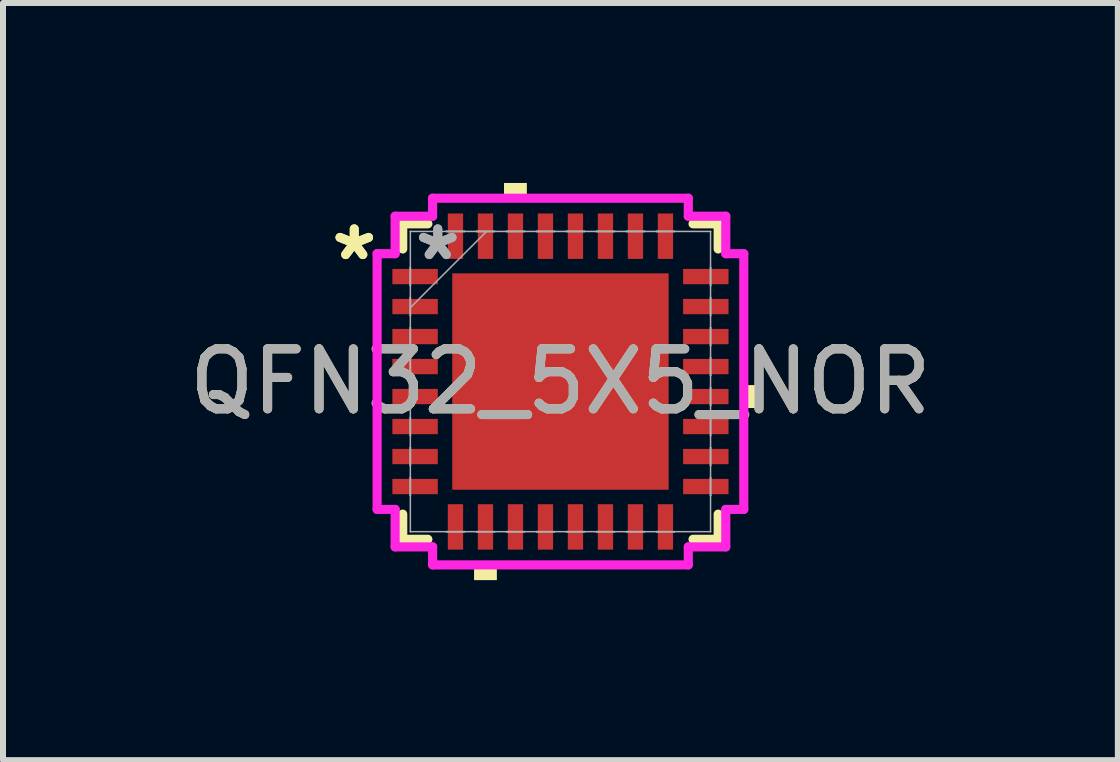
<source format=kicad_pcb>
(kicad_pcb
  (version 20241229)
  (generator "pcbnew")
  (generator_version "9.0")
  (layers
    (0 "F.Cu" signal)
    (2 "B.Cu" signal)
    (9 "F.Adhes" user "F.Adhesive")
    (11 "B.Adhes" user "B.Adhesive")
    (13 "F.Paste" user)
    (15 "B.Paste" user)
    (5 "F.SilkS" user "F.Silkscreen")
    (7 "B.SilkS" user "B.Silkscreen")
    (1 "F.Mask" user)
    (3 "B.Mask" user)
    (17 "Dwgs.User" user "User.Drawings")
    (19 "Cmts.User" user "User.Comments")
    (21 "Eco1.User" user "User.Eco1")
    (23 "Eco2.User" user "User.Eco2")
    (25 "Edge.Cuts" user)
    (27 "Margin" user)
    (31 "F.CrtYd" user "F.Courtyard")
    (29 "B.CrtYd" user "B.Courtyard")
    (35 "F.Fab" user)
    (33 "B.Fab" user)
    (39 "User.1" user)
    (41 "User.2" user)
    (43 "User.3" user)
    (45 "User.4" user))
  (footprint "QFN32_5X5_NOR"
    (layer "F.Cu")
    (at 6.292 3.31)
    (property "Reference" "QFN32_5X5_NOR" (at 0 0 0) (unlocked yes) (layer "F.SilkS") (effects (font (size 1 1) (thickness 0.15))))
    (attr smd)
    (fp_line (start -2.629 -2.629) (end -2.629 -2.21) (stroke (width 0.152) (type solid)) (layer "F.SilkS"))
    (fp_line (start -2.629 2.21) (end -2.629 2.629) (stroke (width 0.152) (type solid)) (layer "F.SilkS"))
    (fp_line (start -2.629 2.629) (end -2.21 2.629) (stroke (width 0.152) (type solid)) (layer "F.SilkS"))
    (fp_line (start -2.21 -2.629) (end -2.629 -2.629) (stroke (width 0.152) (type solid)) (layer "F.SilkS"))
    (fp_line (start 2.21 2.629) (end 2.629 2.629) (stroke (width 0.152) (type solid)) (layer "F.SilkS"))
    (fp_line (start 2.629 -2.629) (end 2.21 -2.629) (stroke (width 0.152) (type solid)) (layer "F.SilkS"))
    (fp_line (start 2.629 -2.21) (end 2.629 -2.629) (stroke (width 0.152) (type solid)) (layer "F.SilkS"))
    (fp_line (start 2.629 2.629) (end 2.629 2.21) (stroke (width 0.152) (type solid)) (layer "F.SilkS"))
    (fp_poly (pts (xy -1.44 3.056) (xy -1.44 3.31) (xy -1.06 3.31) (xy -1.06 3.056)) (stroke (width 0) (type solid)) (fill yes) (layer "F.SilkS"))
    (fp_poly (pts (xy -0.941 -3.056) (xy -0.941 -3.31) (xy -0.56 -3.31) (xy -0.56 -3.056)) (stroke (width 0) (type solid)) (fill yes) (layer "F.SilkS"))
    (fp_poly (pts (xy 3.31 0.059) (xy 3.31 0.441) (xy 3.056 0.441) (xy 3.056 0.059)) (stroke (width 0) (type solid)) (fill yes) (layer "F.SilkS"))
    (fp_poly (pts (xy -1.703 -1.703) (xy -1.703 -0.1) (xy -0.1 -0.1) (xy -0.1 -1.703)) (stroke (width 0) (type solid)) (fill yes) (layer "F.Paste"))
    (fp_poly (pts (xy -1.703 0.1) (xy -1.703 1.703) (xy -0.1 1.703) (xy -0.1 0.1)) (stroke (width 0) (type solid)) (fill yes) (layer "F.Paste"))
    (fp_poly (pts (xy 0.1 -1.703) (xy 0.1 -0.1) (xy 1.703 -0.1) (xy 1.703 -1.703)) (stroke (width 0) (type solid)) (fill yes) (layer "F.Paste"))
    (fp_poly (pts (xy 0.1 0.1) (xy 0.1 1.703) (xy 1.703 1.703) (xy 1.703 0.1)) (stroke (width 0) (type solid)) (fill yes) (layer "F.Paste"))
    (fp_line (start -3.056 -2.131) (end -2.756 -2.131) (stroke (width 0.152) (type solid)) (layer "F.CrtYd"))
    (fp_line (start -3.056 2.131) (end -3.056 -2.131) (stroke (width 0.152) (type solid)) (layer "F.CrtYd"))
    (fp_line (start -2.756 -2.756) (end -2.131 -2.756) (stroke (width 0.152) (type solid)) (layer "F.CrtYd"))
    (fp_line (start -2.756 -2.131) (end -2.756 -2.756) (stroke (width 0.152) (type solid)) (layer "F.CrtYd"))
    (fp_line (start -2.756 2.131) (end -3.056 2.131) (stroke (width 0.152) (type solid)) (layer "F.CrtYd"))
    (fp_line (start -2.756 2.756) (end -2.756 2.131) (stroke (width 0.152) (type solid)) (layer "F.CrtYd"))
    (fp_line (start -2.131 -3.056) (end 2.131 -3.056) (stroke (width 0.152) (type solid)) (layer "F.CrtYd"))
    (fp_line (start -2.131 -2.756) (end -2.131 -3.056) (stroke (width 0.152) (type solid)) (layer "F.CrtYd"))
    (fp_line (start -2.131 2.756) (end -2.756 2.756) (stroke (width 0.152) (type solid)) (layer "F.CrtYd"))
    (fp_line (start -2.131 3.056) (end -2.131 2.756) (stroke (width 0.152) (type solid)) (layer "F.CrtYd"))
    (fp_line (start 2.131 -3.056) (end 2.131 -2.756) (stroke (width 0.152) (type solid)) (layer "F.CrtYd"))
    (fp_line (start 2.131 -2.756) (end 2.756 -2.756) (stroke (width 0.152) (type solid)) (layer "F.CrtYd"))
    (fp_line (start 2.131 2.756) (end 2.131 3.056) (stroke (width 0.152) (type solid)) (layer "F.CrtYd"))
    (fp_line (start 2.131 3.056) (end -2.131 3.056) (stroke (width 0.152) (type solid)) (layer "F.CrtYd"))
    (fp_line (start 2.756 -2.756) (end 2.756 -2.131) (stroke (width 0.152) (type solid)) (layer "F.CrtYd"))
    (fp_line (start 2.756 -2.131) (end 3.056 -2.131) (stroke (width 0.152) (type solid)) (layer "F.CrtYd"))
    (fp_line (start 2.756 2.131) (end 2.756 2.756) (stroke (width 0.152) (type solid)) (layer "F.CrtYd"))
    (fp_line (start 2.756 2.756) (end 2.131 2.756) (stroke (width 0.152) (type solid)) (layer "F.CrtYd"))
    (fp_line (start 3.056 -2.131) (end 3.056 2.131) (stroke (width 0.152) (type solid)) (layer "F.CrtYd"))
    (fp_line (start 3.056 2.131) (end 2.756 2.131) (stroke (width 0.152) (type solid)) (layer "F.CrtYd"))
    (fp_line (start -2.502 -2.502) (end -2.502 -2.502) (stroke (width 0.025) (type solid)) (layer "F.Fab"))
    (fp_line (start -2.502 -2.502) (end -2.502 2.502) (stroke (width 0.025) (type solid)) (layer "F.Fab"))
    (fp_line (start -2.502 -1.902) (end -2.502 -1.902) (stroke (width 0.025) (type solid)) (layer "F.Fab"))
    (fp_line (start -2.502 -1.902) (end -2.502 -1.598) (stroke (width 0.025) (type solid)) (layer "F.Fab"))
    (fp_line (start -2.502 -1.598) (end -2.502 -1.902) (stroke (width 0.025) (type solid)) (layer "F.Fab"))
    (fp_line (start -2.502 -1.598) (end -2.502 -1.598) (stroke (width 0.025) (type solid)) (layer "F.Fab"))
    (fp_line (start -2.502 -1.402) (end -2.502 -1.402) (stroke (width 0.025) (type solid)) (layer "F.Fab"))
    (fp_line (start -2.502 -1.402) (end -2.502 -1.098) (stroke (width 0.025) (type solid)) (layer "F.Fab"))
    (fp_line (start -2.502 -1.232) (end -1.232 -2.502) (stroke (width 0.025) (type solid)) (layer "F.Fab"))
    (fp_line (start -2.502 -1.098) (end -2.502 -1.402) (stroke (width 0.025) (type solid)) (layer "F.Fab"))
    (fp_line (start -2.502 -1.098) (end -2.502 -1.098) (stroke (width 0.025) (type solid)) (layer "F.Fab"))
    (fp_line (start -2.502 -0.902) (end -2.502 -0.902) (stroke (width 0.025) (type solid)) (layer "F.Fab"))
    (fp_line (start -2.502 -0.902) (end -2.502 -0.598) (stroke (width 0.025) (type solid)) (layer "F.Fab"))
    (fp_line (start -2.502 -0.598) (end -2.502 -0.902) (stroke (width 0.025) (type solid)) (layer "F.Fab"))
    (fp_line (start -2.502 -0.598) (end -2.502 -0.598) (stroke (width 0.025) (type solid)) (layer "F.Fab"))
    (fp_line (start -2.502 -0.402) (end -2.502 -0.402) (stroke (width 0.025) (type solid)) (layer "F.Fab"))
    (fp_line (start -2.502 -0.402) (end -2.502 -0.098) (stroke (width 0.025) (type solid)) (layer "F.Fab"))
    (fp_line (start -2.502 -0.098) (end -2.502 -0.402) (stroke (width 0.025) (type solid)) (layer "F.Fab"))
    (fp_line (start -2.502 -0.098) (end -2.502 -0.098) (stroke (width 0.025) (type solid)) (layer "F.Fab"))
    (fp_line (start -2.502 0.098) (end -2.502 0.098) (stroke (width 0.025) (type solid)) (layer "F.Fab"))
    (fp_line (start -2.502 0.098) (end -2.502 0.402) (stroke (width 0.025) (type solid)) (layer "F.Fab"))
    (fp_line (start -2.502 0.402) (end -2.502 0.098) (stroke (width 0.025) (type solid)) (layer "F.Fab"))
    (fp_line (start -2.502 0.402) (end -2.502 0.402) (stroke (width 0.025) (type solid)) (layer "F.Fab"))
    (fp_line (start -2.502 0.598) (end -2.502 0.598) (stroke (width 0.025) (type solid)) (layer "F.Fab"))
    (fp_line (start -2.502 0.598) (end -2.502 0.902) (stroke (width 0.025) (type solid)) (layer "F.Fab"))
    (fp_line (start -2.502 0.902) (end -2.502 0.598) (stroke (width 0.025) (type solid)) (layer "F.Fab"))
    (fp_line (start -2.502 0.902) (end -2.502 0.902) (stroke (width 0.025) (type solid)) (layer "F.Fab"))
    (fp_line (start -2.502 1.098) (end -2.502 1.098) (stroke (width 0.025) (type solid)) (layer "F.Fab"))
    (fp_line (start -2.502 1.098) (end -2.502 1.402) (stroke (width 0.025) (type solid)) (layer "F.Fab"))
    (fp_line (start -2.502 1.402) (end -2.502 1.098) (stroke (width 0.025) (type solid)) (layer "F.Fab"))
    (fp_line (start -2.502 1.402) (end -2.502 1.402) (stroke (width 0.025) (type solid)) (layer "F.Fab"))
    (fp_line (start -2.502 1.598) (end -2.502 1.598) (stroke (width 0.025) (type solid)) (layer "F.Fab"))
    (fp_line (start -2.502 1.598) (end -2.502 1.902) (stroke (width 0.025) (type solid)) (layer "F.Fab"))
    (fp_line (start -2.502 1.902) (end -2.502 1.598) (stroke (width 0.025) (type solid)) (layer "F.Fab"))
    (fp_line (start -2.502 1.902) (end -2.502 1.902) (stroke (width 0.025) (type solid)) (layer "F.Fab"))
    (fp_line (start -2.502 2.502) (end -2.502 2.502) (stroke (width 0.025) (type solid)) (layer "F.Fab"))
    (fp_line (start -2.502 2.502) (end 2.502 2.502) (stroke (width 0.025) (type solid)) (layer "F.Fab"))
    (fp_line (start -1.902 -2.502) (end -1.902 -2.502) (stroke (width 0.025) (type solid)) (layer "F.Fab"))
    (fp_line (start -1.902 -2.502) (end -1.598 -2.502) (stroke (width 0.025) (type solid)) (layer "F.Fab"))
    (fp_line (start -1.902 2.502) (end -1.902 2.502) (stroke (width 0.025) (type solid)) (layer "F.Fab"))
    (fp_line (start -1.902 2.502) (end -1.598 2.502) (stroke (width 0.025) (type solid)) (layer "F.Fab"))
    (fp_line (start -1.598 -2.502) (end -1.902 -2.502) (stroke (width 0.025) (type solid)) (layer "F.Fab"))
    (fp_line (start -1.598 -2.502) (end -1.598 -2.502) (stroke (width 0.025) (type solid)) (layer "F.Fab"))
    (fp_line (start -1.598 2.502) (end -1.902 2.502) (stroke (width 0.025) (type solid)) (layer "F.Fab"))
    (fp_line (start -1.598 2.502) (end -1.598 2.502) (stroke (width 0.025) (type solid)) (layer "F.Fab"))
    (fp_line (start -1.402 -2.502) (end -1.402 -2.502) (stroke (width 0.025) (type solid)) (layer "F.Fab"))
    (fp_line (start -1.402 -2.502) (end -1.098 -2.502) (stroke (width 0.025) (type solid)) (layer "F.Fab"))
    (fp_line (start -1.402 2.502) (end -1.402 2.502) (stroke (width 0.025) (type solid)) (layer "F.Fab"))
    (fp_line (start -1.402 2.502) (end -1.098 2.502) (stroke (width 0.025) (type solid)) (layer "F.Fab"))
    (fp_line (start -1.098 -2.502) (end -1.402 -2.502) (stroke (width 0.025) (type solid)) (layer "F.Fab"))
    (fp_line (start -1.098 -2.502) (end -1.098 -2.502) (stroke (width 0.025) (type solid)) (layer "F.Fab"))
    (fp_line (start -1.098 2.502) (end -1.402 2.502) (stroke (width 0.025) (type solid)) (layer "F.Fab"))
    (fp_line (start -1.098 2.502) (end -1.098 2.502) (stroke (width 0.025) (type solid)) (layer "F.Fab"))
    (fp_line (start -0.902 -2.502) (end -0.902 -2.502) (stroke (width 0.025) (type solid)) (layer "F.Fab"))
    (fp_line (start -0.902 -2.502) (end -0.598 -2.502) (stroke (width 0.025) (type solid)) (layer "F.Fab"))
    (fp_line (start -0.902 2.502) (end -0.902 2.502) (stroke (width 0.025) (type solid)) (layer "F.Fab"))
    (fp_line (start -0.902 2.502) (end -0.598 2.502) (stroke (width 0.025) (type solid)) (layer "F.Fab"))
    (fp_line (start -0.598 -2.502) (end -0.902 -2.502) (stroke (width 0.025) (type solid)) (layer "F.Fab"))
    (fp_line (start -0.598 -2.502) (end -0.598 -2.502) (stroke (width 0.025) (type solid)) (layer "F.Fab"))
    (fp_line (start -0.598 2.502) (end -0.902 2.502) (stroke (width 0.025) (type solid)) (layer "F.Fab"))
    (fp_line (start -0.598 2.502) (end -0.598 2.502) (stroke (width 0.025) (type solid)) (layer "F.Fab"))
    (fp_line (start -0.402 -2.502) (end -0.402 -2.502) (stroke (width 0.025) (type solid)) (layer "F.Fab"))
    (fp_line (start -0.402 -2.502) (end -0.098 -2.502) (stroke (width 0.025) (type solid)) (layer "F.Fab"))
    (fp_line (start -0.402 2.502) (end -0.402 2.502) (stroke (width 0.025) (type solid)) (layer "F.Fab"))
    (fp_line (start -0.402 2.502) (end -0.098 2.502) (stroke (width 0.025) (type solid)) (layer "F.Fab"))
    (fp_line (start -0.098 -2.502) (end -0.402 -2.502) (stroke (width 0.025) (type solid)) (layer "F.Fab"))
    (fp_line (start -0.098 -2.502) (end -0.098 -2.502) (stroke (width 0.025) (type solid)) (layer "F.Fab"))
    (fp_line (start -0.098 2.502) (end -0.402 2.502) (stroke (width 0.025) (type solid)) (layer "F.Fab"))
    (fp_line (start -0.098 2.502) (end -0.098 2.502) (stroke (width 0.025) (type solid)) (layer "F.Fab"))
    (fp_line (start 0.098 -2.502) (end 0.098 -2.502) (stroke (width 0.025) (type solid)) (layer "F.Fab"))
    (fp_line (start 0.098 -2.502) (end 0.402 -2.502) (stroke (width 0.025) (type solid)) (layer "F.Fab"))
    (fp_line (start 0.098 2.502) (end 0.098 2.502) (stroke (width 0.025) (type solid)) (layer "F.Fab"))
    (fp_line (start 0.098 2.502) (end 0.402 2.502) (stroke (width 0.025) (type solid)) (layer "F.Fab"))
    (fp_line (start 0.402 -2.502) (end 0.098 -2.502) (stroke (width 0.025) (type solid)) (layer "F.Fab"))
    (fp_line (start 0.402 -2.502) (end 0.402 -2.502) (stroke (width 0.025) (type solid)) (layer "F.Fab"))
    (fp_line (start 0.402 2.502) (end 0.098 2.502) (stroke (width 0.025) (type solid)) (layer "F.Fab"))
    (fp_line (start 0.402 2.502) (end 0.402 2.502) (stroke (width 0.025) (type solid)) (layer "F.Fab"))
    (fp_line (start 0.598 -2.502) (end 0.598 -2.502) (stroke (width 0.025) (type solid)) (layer "F.Fab"))
    (fp_line (start 0.598 -2.502) (end 0.902 -2.502) (stroke (width 0.025) (type solid)) (layer "F.Fab"))
    (fp_line (start 0.598 2.502) (end 0.598 2.502) (stroke (width 0.025) (type solid)) (layer "F.Fab"))
    (fp_line (start 0.598 2.502) (end 0.902 2.502) (stroke (width 0.025) (type solid)) (layer "F.Fab"))
    (fp_line (start 0.902 -2.502) (end 0.598 -2.502) (stroke (width 0.025) (type solid)) (layer "F.Fab"))
    (fp_line (start 0.902 -2.502) (end 0.902 -2.502) (stroke (width 0.025) (type solid)) (layer "F.Fab"))
    (fp_line (start 0.902 2.502) (end 0.598 2.502) (stroke (width 0.025) (type solid)) (layer "F.Fab"))
    (fp_line (start 0.902 2.502) (end 0.902 2.502) (stroke (width 0.025) (type solid)) (layer "F.Fab"))
    (fp_line (start 1.098 -2.502) (end 1.098 -2.502) (stroke (width 0.025) (type solid)) (layer "F.Fab"))
    (fp_line (start 1.098 -2.502) (end 1.402 -2.502) (stroke (width 0.025) (type solid)) (layer "F.Fab"))
    (fp_line (start 1.098 2.502) (end 1.098 2.502) (stroke (width 0.025) (type solid)) (layer "F.Fab"))
    (fp_line (start 1.098 2.502) (end 1.402 2.502) (stroke (width 0.025) (type solid)) (layer "F.Fab"))
    (fp_line (start 1.402 -2.502) (end 1.098 -2.502) (stroke (width 0.025) (type solid)) (layer "F.Fab"))
    (fp_line (start 1.402 -2.502) (end 1.402 -2.502) (stroke (width 0.025) (type solid)) (layer "F.Fab"))
    (fp_line (start 1.402 2.502) (end 1.098 2.502) (stroke (width 0.025) (type solid)) (layer "F.Fab"))
    (fp_line (start 1.402 2.502) (end 1.402 2.502) (stroke (width 0.025) (type solid)) (layer "F.Fab"))
    (fp_line (start 1.598 -2.502) (end 1.598 -2.502) (stroke (width 0.025) (type solid)) (layer "F.Fab"))
    (fp_line (start 1.598 -2.502) (end 1.902 -2.502) (stroke (width 0.025) (type solid)) (layer "F.Fab"))
    (fp_line (start 1.598 2.502) (end 1.598 2.502) (stroke (width 0.025) (type solid)) (layer "F.Fab"))
    (fp_line (start 1.598 2.502) (end 1.902 2.502) (stroke (width 0.025) (type solid)) (layer "F.Fab"))
    (fp_line (start 1.902 -2.502) (end 1.598 -2.502) (stroke (width 0.025) (type solid)) (layer "F.Fab"))
    (fp_line (start 1.902 -2.502) (end 1.902 -2.502) (stroke (width 0.025) (type solid)) (layer "F.Fab"))
    (fp_line (start 1.902 2.502) (end 1.598 2.502) (stroke (width 0.025) (type solid)) (layer "F.Fab"))
    (fp_line (start 1.902 2.502) (end 1.902 2.502) (stroke (width 0.025) (type solid)) (layer "F.Fab"))
    (fp_line (start 2.502 -2.502) (end -2.502 -2.502) (stroke (width 0.025) (type solid)) (layer "F.Fab"))
    (fp_line (start 2.502 -2.502) (end 2.502 -2.502) (stroke (width 0.025) (type solid)) (layer "F.Fab"))
    (fp_line (start 2.502 -1.902) (end 2.502 -1.902) (stroke (width 0.025) (type solid)) (layer "F.Fab"))
    (fp_line (start 2.502 -1.902) (end 2.502 -1.598) (stroke (width 0.025) (type solid)) (layer "F.Fab"))
    (fp_line (start 2.502 -1.598) (end 2.502 -1.902) (stroke (width 0.025) (type solid)) (layer "F.Fab"))
    (fp_line (start 2.502 -1.598) (end 2.502 -1.598) (stroke (width 0.025) (type solid)) (layer "F.Fab"))
    (fp_line (start 2.502 -1.402) (end 2.502 -1.402) (stroke (width 0.025) (type solid)) (layer "F.Fab"))
    (fp_line (start 2.502 -1.402) (end 2.502 -1.098) (stroke (width 0.025) (type solid)) (layer "F.Fab"))
    (fp_line (start 2.502 -1.098) (end 2.502 -1.402) (stroke (width 0.025) (type solid)) (layer "F.Fab"))
    (fp_line (start 2.502 -1.098) (end 2.502 -1.098) (stroke (width 0.025) (type solid)) (layer "F.Fab"))
    (fp_line (start 2.502 -0.902) (end 2.502 -0.902) (stroke (width 0.025) (type solid)) (layer "F.Fab"))
    (fp_line (start 2.502 -0.902) (end 2.502 -0.598) (stroke (width 0.025) (type solid)) (layer "F.Fab"))
    (fp_line (start 2.502 -0.598) (end 2.502 -0.902) (stroke (width 0.025) (type solid)) (layer "F.Fab"))
    (fp_line (start 2.502 -0.598) (end 2.502 -0.598) (stroke (width 0.025) (type solid)) (layer "F.Fab"))
    (fp_line (start 2.502 -0.402) (end 2.502 -0.402) (stroke (width 0.025) (type solid)) (layer "F.Fab"))
    (fp_line (start 2.502 -0.402) (end 2.502 -0.098) (stroke (width 0.025) (type solid)) (layer "F.Fab"))
    (fp_line (start 2.502 -0.098) (end 2.502 -0.402) (stroke (width 0.025) (type solid)) (layer "F.Fab"))
    (fp_line (start 2.502 -0.098) (end 2.502 -0.098) (stroke (width 0.025) (type solid)) (layer "F.Fab"))
    (fp_line (start 2.502 0.098) (end 2.502 0.098) (stroke (width 0.025) (type solid)) (layer "F.Fab"))
    (fp_line (start 2.502 0.098) (end 2.502 0.402) (stroke (width 0.025) (type solid)) (layer "F.Fab"))
    (fp_line (start 2.502 0.402) (end 2.502 0.098) (stroke (width 0.025) (type solid)) (layer "F.Fab"))
    (fp_line (start 2.502 0.402) (end 2.502 0.402) (stroke (width 0.025) (type solid)) (layer "F.Fab"))
    (fp_line (start 2.502 0.598) (end 2.502 0.598) (stroke (width 0.025) (type solid)) (layer "F.Fab"))
    (fp_line (start 2.502 0.598) (end 2.502 0.902) (stroke (width 0.025) (type solid)) (layer "F.Fab"))
    (fp_line (start 2.502 0.902) (end 2.502 0.598) (stroke (width 0.025) (type solid)) (layer "F.Fab"))
    (fp_line (start 2.502 0.902) (end 2.502 0.902) (stroke (width 0.025) (type solid)) (layer "F.Fab"))
    (fp_line (start 2.502 1.098) (end 2.502 1.098) (stroke (width 0.025) (type solid)) (layer "F.Fab"))
    (fp_line (start 2.502 1.098) (end 2.502 1.402) (stroke (width 0.025) (type solid)) (layer "F.Fab"))
    (fp_line (start 2.502 1.402) (end 2.502 1.098) (stroke (width 0.025) (type solid)) (layer "F.Fab"))
    (fp_line (start 2.502 1.402) (end 2.502 1.402) (stroke (width 0.025) (type solid)) (layer "F.Fab"))
    (fp_line (start 2.502 1.598) (end 2.502 1.598) (stroke (width 0.025) (type solid)) (layer "F.Fab"))
    (fp_line (start 2.502 1.598) (end 2.502 1.902) (stroke (width 0.025) (type solid)) (layer "F.Fab"))
    (fp_line (start 2.502 1.902) (end 2.502 1.598) (stroke (width 0.025) (type solid)) (layer "F.Fab"))
    (fp_line (start 2.502 1.902) (end 2.502 1.902) (stroke (width 0.025) (type solid)) (layer "F.Fab"))
    (fp_line (start 2.502 2.502) (end 2.502 -2.502) (stroke (width 0.025) (type solid)) (layer "F.Fab"))
    (fp_line (start 2.502 2.502) (end 2.502 2.502) (stroke (width 0.025) (type solid)) (layer "F.Fab"))
    (fp_text user "*" (at -3.437 -2 0) (unlocked yes) (layer "F.SilkS") (effects (font (size 1 1) (thickness 0.15))))
    (fp_text user "*" (at -3.437 -2 0) (layer "F.SilkS") (effects (font (size 1 1) (thickness 0.15))))
    (fp_text user "*" (at -2.045 -2 0) (layer "F.Fab") (effects (font (size 1 1) (thickness 0.15))))
    (fp_text user "${REFERENCE}" (at 0 0 0) (unlocked yes) (layer "F.Fab") (effects (font (size 1 1) (thickness 0.15))))
    (fp_text user "*" (at -2.045 -2 0) (unlocked yes) (layer "F.Fab") (effects (font (size 1 1) (thickness 0.15))))
    (pad "1" smd rect (at -2.423 -1.75 90) (size 0.255 0.757) (layers "F.Cu" "F.Mask" "F.Paste"))
    (pad "2" smd rect (at -2.423 -1.25 90) (size 0.255 0.757) (layers "F.Cu" "F.Mask" "F.Paste"))
    (pad "3" smd rect (at -2.423 -0.75 90) (size 0.255 0.757) (layers "F.Cu" "F.Mask" "F.Paste"))
    (pad "4" smd rect (at -2.423 -0.25 90) (size 0.255 0.757) (layers "F.Cu" "F.Mask" "F.Paste"))
    (pad "5" smd rect (at -2.423 0.25 90) (size 0.255 0.757) (layers "F.Cu" "F.Mask" "F.Paste"))
    (pad "6" smd rect (at -2.423 0.75 90) (size 0.255 0.757) (layers "F.Cu" "F.Mask" "F.Paste"))
    (pad "7" smd rect (at -2.423 1.25 90) (size 0.255 0.757) (layers "F.Cu" "F.Mask" "F.Paste"))
    (pad "8" smd rect (at -2.423 1.75 90) (size 0.255 0.757) (layers "F.Cu" "F.Mask" "F.Paste"))
    (pad "9" smd rect (at -1.75 2.423) (size 0.255 0.757) (layers "F.Cu" "F.Mask" "F.Paste"))
    (pad "10" smd rect (at -1.25 2.423) (size 0.255 0.757) (layers "F.Cu" "F.Mask" "F.Paste"))
    (pad "11" smd rect (at -0.75 2.423) (size 0.255 0.757) (layers "F.Cu" "F.Mask" "F.Paste"))
    (pad "12" smd rect (at -0.25 2.423) (size 0.255 0.757) (layers "F.Cu" "F.Mask" "F.Paste"))
    (pad "13" smd rect (at 0.25 2.423) (size 0.255 0.757) (layers "F.Cu" "F.Mask" "F.Paste"))
    (pad "14" smd rect (at 0.75 2.423) (size 0.255 0.757) (layers "F.Cu" "F.Mask" "F.Paste"))
    (pad "15" smd rect (at 1.25 2.423) (size 0.255 0.757) (layers "F.Cu" "F.Mask" "F.Paste"))
    (pad "16" smd rect (at 1.75 2.423) (size 0.255 0.757) (layers "F.Cu" "F.Mask" "F.Paste"))
    (pad "17" smd rect (at 2.423 1.75 90) (size 0.255 0.757) (layers "F.Cu" "F.Mask" "F.Paste"))
    (pad "18" smd rect (at 2.423 1.25 90) (size 0.255 0.757) (layers "F.Cu" "F.Mask" "F.Paste"))
    (pad "19" smd rect (at 2.423 0.75 90) (size 0.255 0.757) (layers "F.Cu" "F.Mask" "F.Paste"))
    (pad "20" smd rect (at 2.423 0.25 90) (size 0.255 0.757) (layers "F.Cu" "F.Mask" "F.Paste"))
    (pad "21" smd rect (at 2.423 -0.25 90) (size 0.255 0.757) (layers "F.Cu" "F.Mask" "F.Paste"))
    (pad "22" smd rect (at 2.423 -0.75 90) (size 0.255 0.757) (layers "F.Cu" "F.Mask" "F.Paste"))
    (pad "23" smd rect (at 2.423 -1.25 90) (size 0.255 0.757) (layers "F.Cu" "F.Mask" "F.Paste"))
    (pad "24" smd rect (at 2.423 -1.75 90) (size 0.255 0.757) (layers "F.Cu" "F.Mask" "F.Paste"))
    (pad "25" smd rect (at 1.75 -2.423) (size 0.255 0.757) (layers "F.Cu" "F.Mask" "F.Paste"))
    (pad "26" smd rect (at 1.25 -2.423) (size 0.255 0.757) (layers "F.Cu" "F.Mask" "F.Paste"))
    (pad "27" smd rect (at 0.75 -2.423) (size 0.255 0.757) (layers "F.Cu" "F.Mask" "F.Paste"))
    (pad "28" smd rect (at 0.25 -2.423) (size 0.255 0.757) (layers "F.Cu" "F.Mask" "F.Paste"))
    (pad "29" smd rect (at -0.25 -2.423) (size 0.255 0.757) (layers "F.Cu" "F.Mask" "F.Paste"))
    (pad "30" smd rect (at -0.75 -2.423) (size 0.255 0.757) (layers "F.Cu" "F.Mask" "F.Paste"))
    (pad "31" smd rect (at -1.25 -2.423) (size 0.255 0.757) (layers "F.Cu" "F.Mask" "F.Paste"))
    (pad "32" smd rect (at -1.75 -2.423) (size 0.255 0.757) (layers "F.Cu" "F.Mask" "F.Paste"))
    (pad "33" smd rect (at 0 0) (size 3.607 3.607) (layers "F.Cu" "F.Mask" "F.Paste")))
  (gr_rect
    (start -3 -3)
    (end 15.583 9.62)
    (stroke (width 0.1) (type default))
    (fill no)
    (layer "Edge.Cuts")))
</source>
